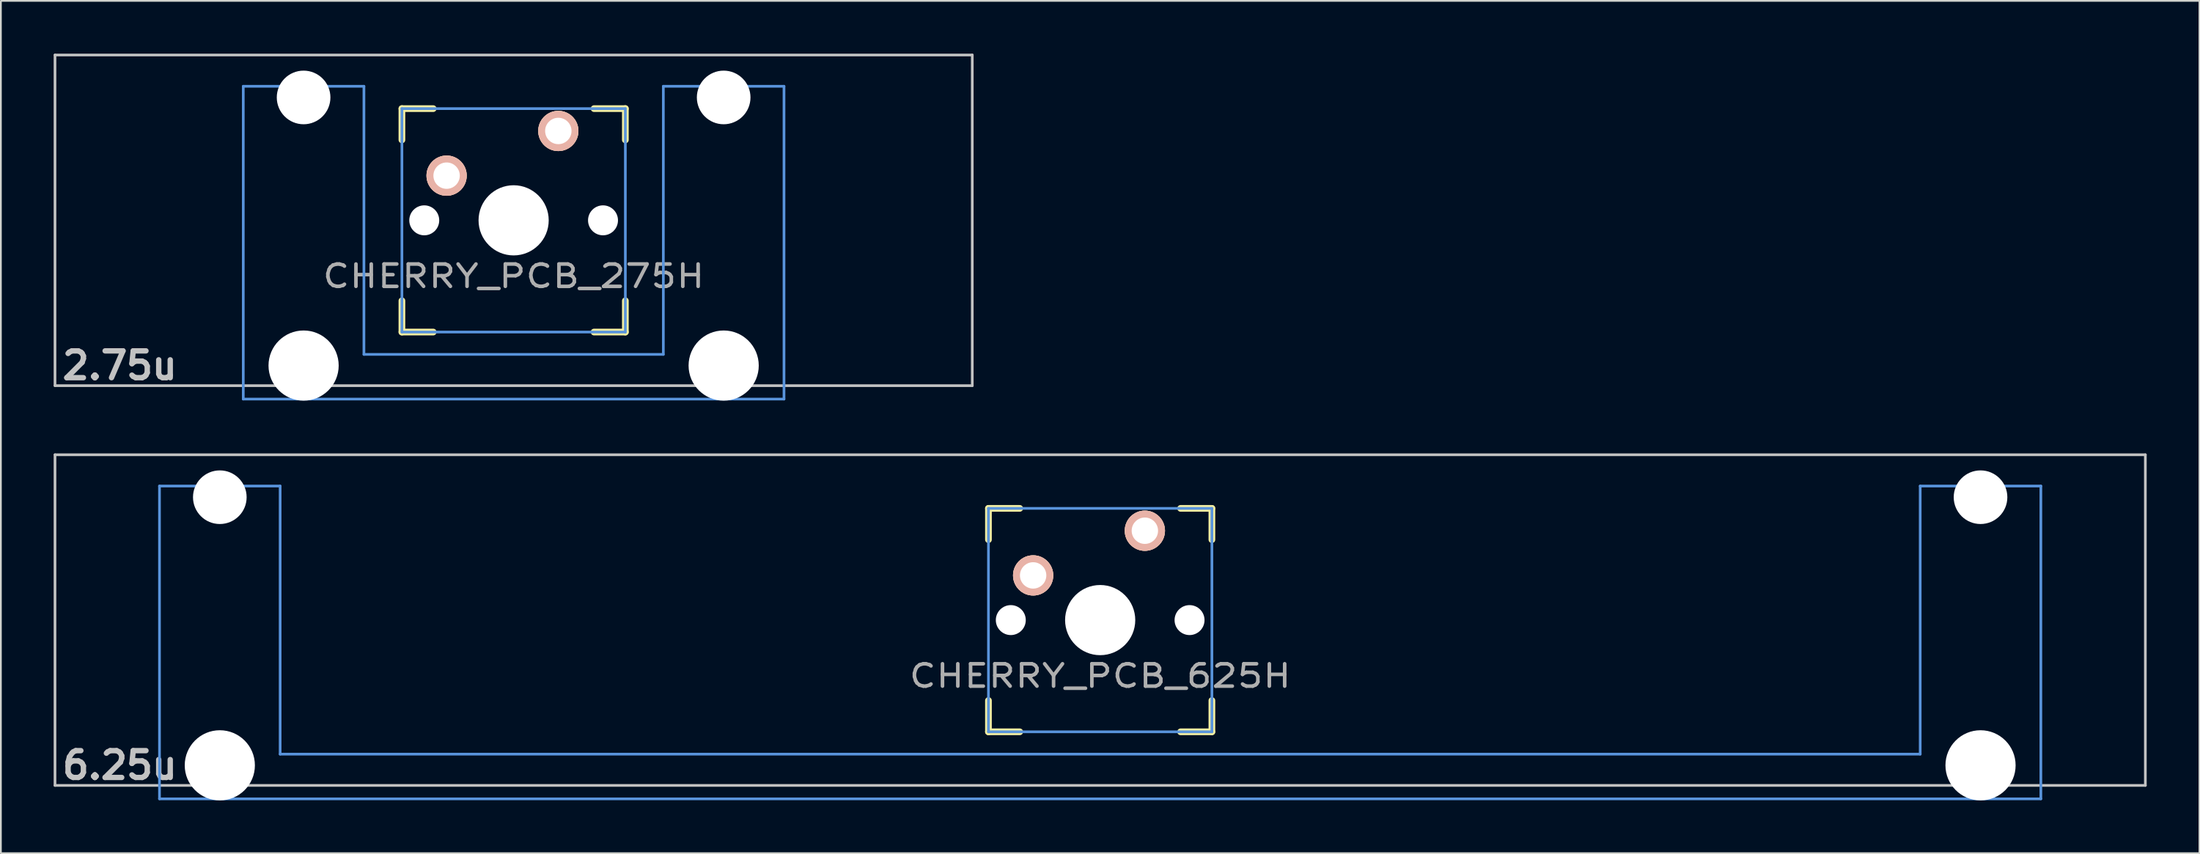
<source format=kicad_pcb>
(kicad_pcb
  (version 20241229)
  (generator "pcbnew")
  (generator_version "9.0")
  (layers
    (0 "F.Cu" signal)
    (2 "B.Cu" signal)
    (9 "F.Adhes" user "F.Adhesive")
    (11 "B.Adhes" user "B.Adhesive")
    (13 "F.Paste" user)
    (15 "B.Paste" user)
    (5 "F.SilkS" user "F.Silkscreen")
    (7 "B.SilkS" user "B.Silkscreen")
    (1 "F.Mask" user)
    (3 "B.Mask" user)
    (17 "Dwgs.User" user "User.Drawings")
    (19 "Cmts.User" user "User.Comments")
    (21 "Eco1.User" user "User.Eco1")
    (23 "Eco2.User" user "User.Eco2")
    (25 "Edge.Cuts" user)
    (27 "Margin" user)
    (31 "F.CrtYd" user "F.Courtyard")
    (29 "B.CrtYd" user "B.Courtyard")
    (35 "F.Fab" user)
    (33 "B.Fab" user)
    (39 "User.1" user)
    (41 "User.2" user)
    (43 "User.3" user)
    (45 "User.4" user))
  (footprint "CHERRY_PCB_625H"
    (layer "F.Cu")
    (at 59.482 32.197)
    (property "Reference" "CHERRY_PCB_625H" (at 0 3.175 0) (layer "F.Fab") (effects (font (size 1.27 1.524) (thickness 0.203))))
    (attr through_hole)
    (fp_line (start -6.35 -6.35) (end -4.572 -6.35) (stroke (width 0.381) (type solid)) (layer "F.SilkS"))
    (fp_line (start -6.35 -4.572) (end -6.35 -6.35) (stroke (width 0.381) (type solid)) (layer "F.SilkS"))
    (fp_line (start -6.35 6.35) (end -6.35 4.572) (stroke (width 0.381) (type solid)) (layer "F.SilkS"))
    (fp_line (start -4.572 6.35) (end -6.35 6.35) (stroke (width 0.381) (type solid)) (layer "F.SilkS"))
    (fp_line (start 4.572 -6.35) (end 6.35 -6.35) (stroke (width 0.381) (type solid)) (layer "F.SilkS"))
    (fp_line (start 6.35 -6.35) (end 6.35 -4.572) (stroke (width 0.381) (type solid)) (layer "F.SilkS"))
    (fp_line (start 6.35 4.572) (end 6.35 6.35) (stroke (width 0.381) (type solid)) (layer "F.SilkS"))
    (fp_line (start 6.35 6.35) (end 4.572 6.35) (stroke (width 0.381) (type solid)) (layer "F.SilkS"))
    (fp_line (start -59.406 -9.398) (end 59.406 -9.398) (stroke (width 0.152) (type solid)) (layer "Dwgs.User"))
    (fp_line (start -59.406 9.398) (end -59.406 -9.398) (stroke (width 0.152) (type solid)) (layer "Dwgs.User"))
    (fp_line (start 59.406 -9.398) (end 59.406 9.398) (stroke (width 0.152) (type solid)) (layer "Dwgs.User"))
    (fp_line (start 59.406 9.398) (end -59.406 9.398) (stroke (width 0.152) (type solid)) (layer "Dwgs.User"))
    (fp_line (start -53.467 -7.62) (end -53.467 10.16) (stroke (width 0.152) (type solid)) (layer "Cmts.User"))
    (fp_line (start -53.467 10.16) (end 53.467 10.16) (stroke (width 0.152) (type solid)) (layer "Cmts.User"))
    (fp_line (start -46.609 -7.62) (end -53.467 -7.62) (stroke (width 0.152) (type solid)) (layer "Cmts.User"))
    (fp_line (start -46.609 7.62) (end -46.609 -7.62) (stroke (width 0.152) (type solid)) (layer "Cmts.User"))
    (fp_line (start -6.35 -6.35) (end 6.35 -6.35) (stroke (width 0.152) (type solid)) (layer "Cmts.User"))
    (fp_line (start -6.35 6.35) (end -6.35 -6.35) (stroke (width 0.152) (type solid)) (layer "Cmts.User"))
    (fp_line (start 6.35 -6.35) (end 6.35 6.35) (stroke (width 0.152) (type solid)) (layer "Cmts.User"))
    (fp_line (start 6.35 6.35) (end -6.35 6.35) (stroke (width 0.152) (type solid)) (layer "Cmts.User"))
    (fp_line (start 46.609 -7.62) (end 46.609 7.62) (stroke (width 0.152) (type solid)) (layer "Cmts.User"))
    (fp_line (start 46.609 7.62) (end -46.609 7.62) (stroke (width 0.152) (type solid)) (layer "Cmts.User"))
    (fp_line (start 53.467 -7.62) (end 46.609 -7.62) (stroke (width 0.152) (type solid)) (layer "Cmts.User"))
    (fp_line (start 53.467 10.16) (end 53.467 -7.62) (stroke (width 0.152) (type solid)) (layer "Cmts.User"))
    (fp_line (start -54.229 -2.286) (end -53.365 -2.286) (stroke (width 0.152) (type solid)) (layer "Eco2.User"))
    (fp_line (start -54.229 0.508) (end -54.229 -2.286) (stroke (width 0.152) (type solid)) (layer "Eco2.User"))
    (fp_line (start -53.365 -5.69) (end -46.711 -5.69) (stroke (width 0.152) (type solid)) (layer "Eco2.User"))
    (fp_line (start -53.365 -2.286) (end -53.365 -5.69) (stroke (width 0.152) (type solid)) (layer "Eco2.User"))
    (fp_line (start -53.365 0.508) (end -54.229 0.508) (stroke (width 0.152) (type solid)) (layer "Eco2.User"))
    (fp_line (start -53.365 6.604) (end -53.365 0.508) (stroke (width 0.152) (type solid)) (layer "Eco2.User"))
    (fp_line (start -52.324 6.604) (end -53.365 6.604) (stroke (width 0.152) (type solid)) (layer "Eco2.User"))
    (fp_line (start -52.324 7.772) (end -52.324 6.604) (stroke (width 0.152) (type solid)) (layer "Eco2.User"))
    (fp_line (start -47.752 6.604) (end -47.752 7.772) (stroke (width 0.152) (type solid)) (layer "Eco2.User"))
    (fp_line (start -47.752 7.772) (end -52.324 7.772) (stroke (width 0.152) (type solid)) (layer "Eco2.User"))
    (fp_line (start -46.711 -5.69) (end -46.711 -2.286) (stroke (width 0.152) (type solid)) (layer "Eco2.User"))
    (fp_line (start -46.711 -2.286) (end -6.985 -2.286) (stroke (width 0.152) (type solid)) (layer "Eco2.User"))
    (fp_line (start -46.711 2.286) (end -46.711 6.604) (stroke (width 0.152) (type solid)) (layer "Eco2.User"))
    (fp_line (start -46.711 6.604) (end -47.752 6.604) (stroke (width 0.152) (type solid)) (layer "Eco2.User"))
    (fp_line (start -6.985 -6.985) (end 6.985 -6.985) (stroke (width 0.152) (type solid)) (layer "Eco2.User"))
    (fp_line (start -6.985 -2.286) (end -6.985 -6.985) (stroke (width 0.152) (type solid)) (layer "Eco2.User"))
    (fp_line (start -6.985 2.286) (end -46.711 2.286) (stroke (width 0.152) (type solid)) (layer "Eco2.User"))
    (fp_line (start -6.985 6.985) (end -6.985 2.286) (stroke (width 0.152) (type solid)) (layer "Eco2.User"))
    (fp_line (start 6.985 -6.985) (end 6.985 -2.286) (stroke (width 0.152) (type solid)) (layer "Eco2.User"))
    (fp_line (start 6.985 -2.286) (end 46.711 -2.286) (stroke (width 0.152) (type solid)) (layer "Eco2.User"))
    (fp_line (start 6.985 2.286) (end 6.985 6.985) (stroke (width 0.152) (type solid)) (layer "Eco2.User"))
    (fp_line (start 6.985 6.985) (end -6.985 6.985) (stroke (width 0.152) (type solid)) (layer "Eco2.User"))
    (fp_line (start 46.711 -5.69) (end 53.365 -5.69) (stroke (width 0.152) (type solid)) (layer "Eco2.User"))
    (fp_line (start 46.711 -2.286) (end 46.711 -5.69) (stroke (width 0.152) (type solid)) (layer "Eco2.User"))
    (fp_line (start 46.711 2.286) (end 6.985 2.286) (stroke (width 0.152) (type solid)) (layer "Eco2.User"))
    (fp_line (start 46.711 6.604) (end 46.711 2.286) (stroke (width 0.152) (type solid)) (layer "Eco2.User"))
    (fp_line (start 47.752 6.604) (end 46.711 6.604) (stroke (width 0.152) (type solid)) (layer "Eco2.User"))
    (fp_line (start 47.752 7.772) (end 47.752 6.604) (stroke (width 0.152) (type solid)) (layer "Eco2.User"))
    (fp_line (start 52.324 6.604) (end 52.324 7.772) (stroke (width 0.152) (type solid)) (layer "Eco2.User"))
    (fp_line (start 52.324 7.772) (end 47.752 7.772) (stroke (width 0.152) (type solid)) (layer "Eco2.User"))
    (fp_line (start 53.365 -5.69) (end 53.365 -2.286) (stroke (width 0.152) (type solid)) (layer "Eco2.User"))
    (fp_line (start 53.365 -2.286) (end 54.229 -2.286) (stroke (width 0.152) (type solid)) (layer "Eco2.User"))
    (fp_line (start 53.365 0.508) (end 53.365 6.604) (stroke (width 0.152) (type solid)) (layer "Eco2.User"))
    (fp_line (start 53.365 6.604) (end 52.324 6.604) (stroke (width 0.152) (type solid)) (layer "Eco2.User"))
    (fp_line (start 54.229 -2.286) (end 54.229 0.508) (stroke (width 0.152) (type solid)) (layer "Eco2.User"))
    (fp_line (start 54.229 0.508) (end 53.365 0.508) (stroke (width 0.152) (type solid)) (layer "Eco2.User"))
    (fp_text user "6.25u" (at -55.723 8.255 0) (layer "Dwgs.User") (effects (font (size 1.524 1.524) (thickness 0.305))))
    (pad "" np_thru_hole circle (at -50.038 -6.985) (size 3.048 3.048) (drill 3.048) (layers "*.Cu"))
    (pad "" np_thru_hole circle (at -50.038 8.255) (size 3.988 3.988) (drill 3.988) (layers "*.Cu"))
    (pad "" np_thru_hole circle (at -5.08 0) (size 1.702 1.702) (drill 1.702) (layers "*.Cu"))
    (pad "" np_thru_hole circle (at 0 0) (size 3.988 3.988) (drill 3.988) (layers "*.Cu"))
    (pad "" np_thru_hole circle (at 5.08 0) (size 1.702 1.702) (drill 1.702) (layers "*.Cu"))
    (pad "" np_thru_hole circle (at 50.038 -6.985) (size 3.048 3.048) (drill 3.048) (layers "*.Cu"))
    (pad "" np_thru_hole circle (at 50.038 8.255) (size 3.988 3.988) (drill 3.988) (layers "*.Cu"))
    (pad "1" thru_hole circle (at 2.54 -5.08) (size 2.286 2.286) (drill 1.499) (layers "*.Cu" "*.SilkS" "*.Mask"))
    (pad "2" thru_hole circle (at -3.81 -2.54) (size 2.286 2.286) (drill 1.499) (layers "*.Cu" "*.SilkS" "*.Mask")))
  (footprint "CHERRY_PCB_275H"
    (layer "F.Cu")
    (at 26.144 9.474)
    (property "Reference" "CHERRY_PCB_275H" (at 0 3.175 0) (layer "F.Fab") (effects (font (size 1.27 1.524) (thickness 0.203))))
    (attr through_hole)
    (fp_line (start -6.35 -6.35) (end -4.572 -6.35) (stroke (width 0.381) (type solid)) (layer "F.SilkS"))
    (fp_line (start -6.35 -4.572) (end -6.35 -6.35) (stroke (width 0.381) (type solid)) (layer "F.SilkS"))
    (fp_line (start -6.35 6.35) (end -6.35 4.572) (stroke (width 0.381) (type solid)) (layer "F.SilkS"))
    (fp_line (start -4.572 6.35) (end -6.35 6.35) (stroke (width 0.381) (type solid)) (layer "F.SilkS"))
    (fp_line (start 4.572 -6.35) (end 6.35 -6.35) (stroke (width 0.381) (type solid)) (layer "F.SilkS"))
    (fp_line (start 6.35 -6.35) (end 6.35 -4.572) (stroke (width 0.381) (type solid)) (layer "F.SilkS"))
    (fp_line (start 6.35 4.572) (end 6.35 6.35) (stroke (width 0.381) (type solid)) (layer "F.SilkS"))
    (fp_line (start 6.35 6.35) (end 4.572 6.35) (stroke (width 0.381) (type solid)) (layer "F.SilkS"))
    (fp_line (start -26.068 -9.398) (end 26.068 -9.398) (stroke (width 0.152) (type solid)) (layer "Dwgs.User"))
    (fp_line (start -26.068 9.398) (end -26.068 -9.398) (stroke (width 0.152) (type solid)) (layer "Dwgs.User"))
    (fp_line (start 26.068 -9.398) (end 26.068 9.398) (stroke (width 0.152) (type solid)) (layer "Dwgs.User"))
    (fp_line (start 26.068 9.398) (end -26.068 9.398) (stroke (width 0.152) (type solid)) (layer "Dwgs.User"))
    (fp_line (start -15.367 -7.62) (end -15.367 10.16) (stroke (width 0.152) (type solid)) (layer "Cmts.User"))
    (fp_line (start -15.367 10.16) (end 15.367 10.16) (stroke (width 0.152) (type solid)) (layer "Cmts.User"))
    (fp_line (start -8.509 -7.62) (end -15.367 -7.62) (stroke (width 0.152) (type solid)) (layer "Cmts.User"))
    (fp_line (start -8.509 7.62) (end -8.509 -7.62) (stroke (width 0.152) (type solid)) (layer "Cmts.User"))
    (fp_line (start -6.35 -6.35) (end 6.35 -6.35) (stroke (width 0.152) (type solid)) (layer "Cmts.User"))
    (fp_line (start -6.35 6.35) (end -6.35 -6.35) (stroke (width 0.152) (type solid)) (layer "Cmts.User"))
    (fp_line (start 6.35 -6.35) (end 6.35 6.35) (stroke (width 0.152) (type solid)) (layer "Cmts.User"))
    (fp_line (start 6.35 6.35) (end -6.35 6.35) (stroke (width 0.152) (type solid)) (layer "Cmts.User"))
    (fp_line (start 8.509 -7.62) (end 8.509 7.62) (stroke (width 0.152) (type solid)) (layer "Cmts.User"))
    (fp_line (start 8.509 7.62) (end -8.509 7.62) (stroke (width 0.152) (type solid)) (layer "Cmts.User"))
    (fp_line (start 15.367 -7.62) (end 8.509 -7.62) (stroke (width 0.152) (type solid)) (layer "Cmts.User"))
    (fp_line (start 15.367 10.16) (end 15.367 -7.62) (stroke (width 0.152) (type solid)) (layer "Cmts.User"))
    (fp_line (start -16.129 -2.286) (end -15.265 -2.286) (stroke (width 0.152) (type solid)) (layer "Eco2.User"))
    (fp_line (start -16.129 0.508) (end -16.129 -2.286) (stroke (width 0.152) (type solid)) (layer "Eco2.User"))
    (fp_line (start -15.265 -5.69) (end -8.611 -5.69) (stroke (width 0.152) (type solid)) (layer "Eco2.User"))
    (fp_line (start -15.265 -2.286) (end -15.265 -5.69) (stroke (width 0.152) (type solid)) (layer "Eco2.User"))
    (fp_line (start -15.265 0.508) (end -16.129 0.508) (stroke (width 0.152) (type solid)) (layer "Eco2.User"))
    (fp_line (start -15.265 6.604) (end -15.265 0.508) (stroke (width 0.152) (type solid)) (layer "Eco2.User"))
    (fp_line (start -14.224 6.604) (end -15.265 6.604) (stroke (width 0.152) (type solid)) (layer "Eco2.User"))
    (fp_line (start -14.224 7.772) (end -14.224 6.604) (stroke (width 0.152) (type solid)) (layer "Eco2.User"))
    (fp_line (start -9.652 6.604) (end -9.652 7.772) (stroke (width 0.152) (type solid)) (layer "Eco2.User"))
    (fp_line (start -9.652 7.772) (end -14.224 7.772) (stroke (width 0.152) (type solid)) (layer "Eco2.User"))
    (fp_line (start -8.611 -5.69) (end -8.611 -4.877) (stroke (width 0.152) (type solid)) (layer "Eco2.User"))
    (fp_line (start -8.611 -4.877) (end -6.985 -4.877) (stroke (width 0.152) (type solid)) (layer "Eco2.User"))
    (fp_line (start -8.611 5.817) (end -8.611 6.604) (stroke (width 0.152) (type solid)) (layer "Eco2.User"))
    (fp_line (start -8.611 6.604) (end -9.652 6.604) (stroke (width 0.152) (type solid)) (layer "Eco2.User"))
    (fp_line (start -6.985 -6.985) (end 6.985 -6.985) (stroke (width 0.152) (type solid)) (layer "Eco2.User"))
    (fp_line (start -6.985 -4.877) (end -6.985 -6.985) (stroke (width 0.152) (type solid)) (layer "Eco2.User"))
    (fp_line (start -6.985 5.817) (end -8.611 5.817) (stroke (width 0.152) (type solid)) (layer "Eco2.User"))
    (fp_line (start -6.985 6.985) (end -6.985 5.817) (stroke (width 0.152) (type solid)) (layer "Eco2.User"))
    (fp_line (start 6.985 -6.985) (end 6.985 -4.877) (stroke (width 0.152) (type solid)) (layer "Eco2.User"))
    (fp_line (start 6.985 -4.877) (end 8.611 -4.877) (stroke (width 0.152) (type solid)) (layer "Eco2.User"))
    (fp_line (start 6.985 5.817) (end 6.985 6.985) (stroke (width 0.152) (type solid)) (layer "Eco2.User"))
    (fp_line (start 6.985 6.985) (end -6.985 6.985) (stroke (width 0.152) (type solid)) (layer "Eco2.User"))
    (fp_line (start 8.611 -5.69) (end 15.265 -5.69) (stroke (width 0.152) (type solid)) (layer "Eco2.User"))
    (fp_line (start 8.611 -4.877) (end 8.611 -5.69) (stroke (width 0.152) (type solid)) (layer "Eco2.User"))
    (fp_line (start 8.611 5.817) (end 6.985 5.817) (stroke (width 0.152) (type solid)) (layer "Eco2.User"))
    (fp_line (start 8.611 6.604) (end 8.611 5.817) (stroke (width 0.152) (type solid)) (layer "Eco2.User"))
    (fp_line (start 9.652 6.604) (end 8.611 6.604) (stroke (width 0.152) (type solid)) (layer "Eco2.User"))
    (fp_line (start 9.652 7.772) (end 9.652 6.604) (stroke (width 0.152) (type solid)) (layer "Eco2.User"))
    (fp_line (start 14.224 6.604) (end 14.224 7.772) (stroke (width 0.152) (type solid)) (layer "Eco2.User"))
    (fp_line (start 14.224 7.772) (end 9.652 7.772) (stroke (width 0.152) (type solid)) (layer "Eco2.User"))
    (fp_line (start 15.265 -5.69) (end 15.265 -2.286) (stroke (width 0.152) (type solid)) (layer "Eco2.User"))
    (fp_line (start 15.265 -2.286) (end 16.129 -2.286) (stroke (width 0.152) (type solid)) (layer "Eco2.User"))
    (fp_line (start 15.265 0.508) (end 15.265 6.604) (stroke (width 0.152) (type solid)) (layer "Eco2.User"))
    (fp_line (start 15.265 6.604) (end 14.224 6.604) (stroke (width 0.152) (type solid)) (layer "Eco2.User"))
    (fp_line (start 16.129 -2.286) (end 16.129 0.508) (stroke (width 0.152) (type solid)) (layer "Eco2.User"))
    (fp_line (start 16.129 0.508) (end 15.265 0.508) (stroke (width 0.152) (type solid)) (layer "Eco2.User"))
    (fp_text user "2.75u" (at -22.385 8.255 0) (layer "Dwgs.User") (effects (font (size 1.524 1.524) (thickness 0.305))))
    (pad "" np_thru_hole circle (at -11.938 -6.985) (size 3.048 3.048) (drill 3.048) (layers "*.Cu"))
    (pad "" np_thru_hole circle (at -11.938 8.255) (size 3.988 3.988) (drill 3.988) (layers "*.Cu"))
    (pad "" np_thru_hole circle (at -5.08 0) (size 1.702 1.702) (drill 1.702) (layers "*.Cu"))
    (pad "" np_thru_hole circle (at 0 0) (size 3.988 3.988) (drill 3.988) (layers "*.Cu"))
    (pad "" np_thru_hole circle (at 5.08 0) (size 1.702 1.702) (drill 1.702) (layers "*.Cu"))
    (pad "" np_thru_hole circle (at 11.938 -6.985) (size 3.048 3.048) (drill 3.048) (layers "*.Cu"))
    (pad "" np_thru_hole circle (at 11.938 8.255) (size 3.988 3.988) (drill 3.988) (layers "*.Cu"))
    (pad "1" thru_hole circle (at 2.54 -5.08) (size 2.286 2.286) (drill 1.499) (layers "*.Cu" "*.SilkS" "*.Mask"))
    (pad "2" thru_hole circle (at -3.81 -2.54) (size 2.286 2.286) (drill 1.499) (layers "*.Cu" "*.SilkS" "*.Mask")))
  (gr_rect
    (start -3 -3)
    (end 121.963 45.446)
    (stroke (width 0.1) (type default))
    (fill no)
    (layer "Edge.Cuts")))
</source>
